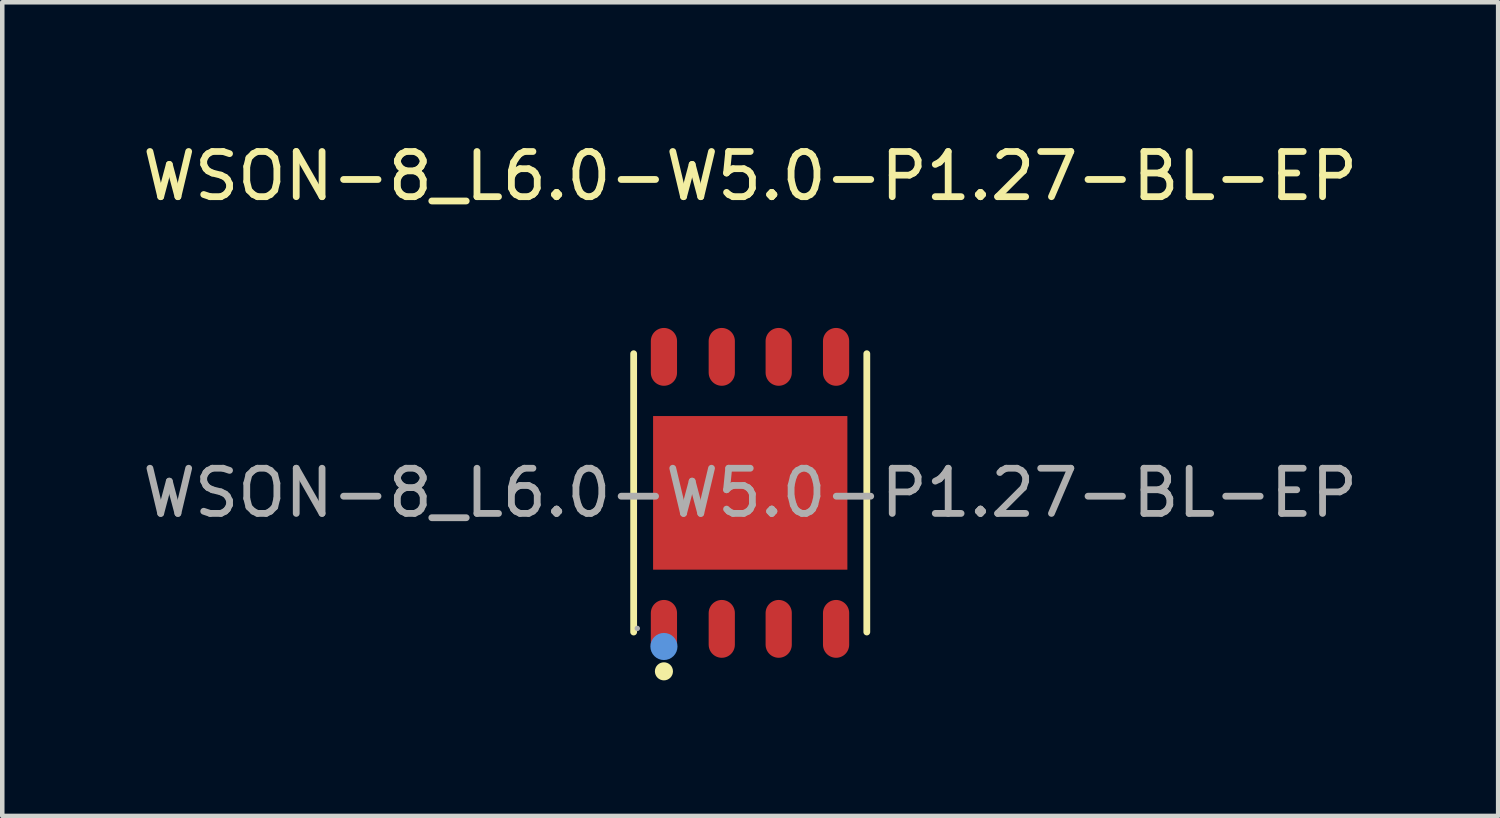
<source format=kicad_pcb>
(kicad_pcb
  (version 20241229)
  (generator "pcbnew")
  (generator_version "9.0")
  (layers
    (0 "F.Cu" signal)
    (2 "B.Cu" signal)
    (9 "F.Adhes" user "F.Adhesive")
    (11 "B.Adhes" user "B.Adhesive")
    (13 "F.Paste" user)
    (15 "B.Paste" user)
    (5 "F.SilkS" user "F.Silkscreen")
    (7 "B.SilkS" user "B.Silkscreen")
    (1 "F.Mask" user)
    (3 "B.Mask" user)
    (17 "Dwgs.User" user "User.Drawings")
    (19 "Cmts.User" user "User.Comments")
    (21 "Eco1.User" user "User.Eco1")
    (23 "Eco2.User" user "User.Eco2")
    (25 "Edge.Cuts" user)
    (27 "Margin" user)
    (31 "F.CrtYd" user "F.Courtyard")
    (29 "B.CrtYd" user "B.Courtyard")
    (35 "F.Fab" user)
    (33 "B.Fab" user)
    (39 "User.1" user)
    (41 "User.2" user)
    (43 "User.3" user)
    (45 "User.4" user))
  (footprint "WSON-8_L6.0-W5.0-P1.27-BL-EP"
    (layer "F.Cu")
    (at 13.554 7.858)
    (property "Reference" "WSON-8_L6.0-W5.0-P1.27-BL-EP" (at 0 -7.01 0) (layer "F.SilkS") (effects (font (size 1 1) (thickness 0.15))))
    (attr smd)
    (fp_line (start -2.58 3.08) (end -2.58 -3.08) (stroke (width 0.15) (type solid)) (layer "F.SilkS"))
    (fp_line (start 2.58 -3.08) (end 2.58 3.08) (stroke (width 0.15) (type solid)) (layer "F.SilkS"))
    (fp_circle (center -1.91 3.95) (end -1.81 3.95) (stroke (width 0.2) (type solid)) (fill no) (layer "F.SilkS"))
    (fp_circle (center -1.91 3.4) (end -1.76 3.4) (stroke (width 0.3) (type solid)) (fill no) (layer "Cmts.User"))
    (fp_circle (center -2.5 3) (end -2.47 3) (stroke (width 0.06) (type solid)) (fill no) (layer "F.Fab"))
    (fp_text user "${REFERENCE}" (at 0 0 0) (layer "F.Fab") (effects (font (size 1 1) (thickness 0.15))))
    (pad "1" smd oval (at -1.91 3.01) (size 0.58 1.28) (layers "F.Cu" "F.Mask" "F.Paste"))
    (pad "2" smd oval (at -0.63 3.01) (size 0.58 1.28) (layers "F.Cu" "F.Mask" "F.Paste"))
    (pad "3" smd oval (at 0.63 3.01) (size 0.58 1.28) (layers "F.Cu" "F.Mask" "F.Paste"))
    (pad "4" smd oval (at 1.9 3.01) (size 0.58 1.28) (layers "F.Cu" "F.Mask" "F.Paste"))
    (pad "5" smd oval (at 1.9 -3.01) (size 0.58 1.28) (layers "F.Cu" "F.Mask" "F.Paste"))
    (pad "6" smd oval (at 0.63 -3.01) (size 0.58 1.28) (layers "F.Cu" "F.Mask" "F.Paste"))
    (pad "7" smd oval (at -0.63 -3.01) (size 0.58 1.28) (layers "F.Cu" "F.Mask" "F.Paste"))
    (pad "8" smd oval (at -1.91 -3.01) (size 0.58 1.28) (layers "F.Cu" "F.Mask" "F.Paste"))
    (pad "9" smd rect (at 0 0) (size 4.3 3.4) (layers "F.Cu" "F.Mask" "F.Paste")))
  (gr_rect
    (start -3 -3)
    (end 30.107 15.008)
    (stroke (width 0.1) (type default))
    (fill no)
    (layer "Edge.Cuts")))
</source>
